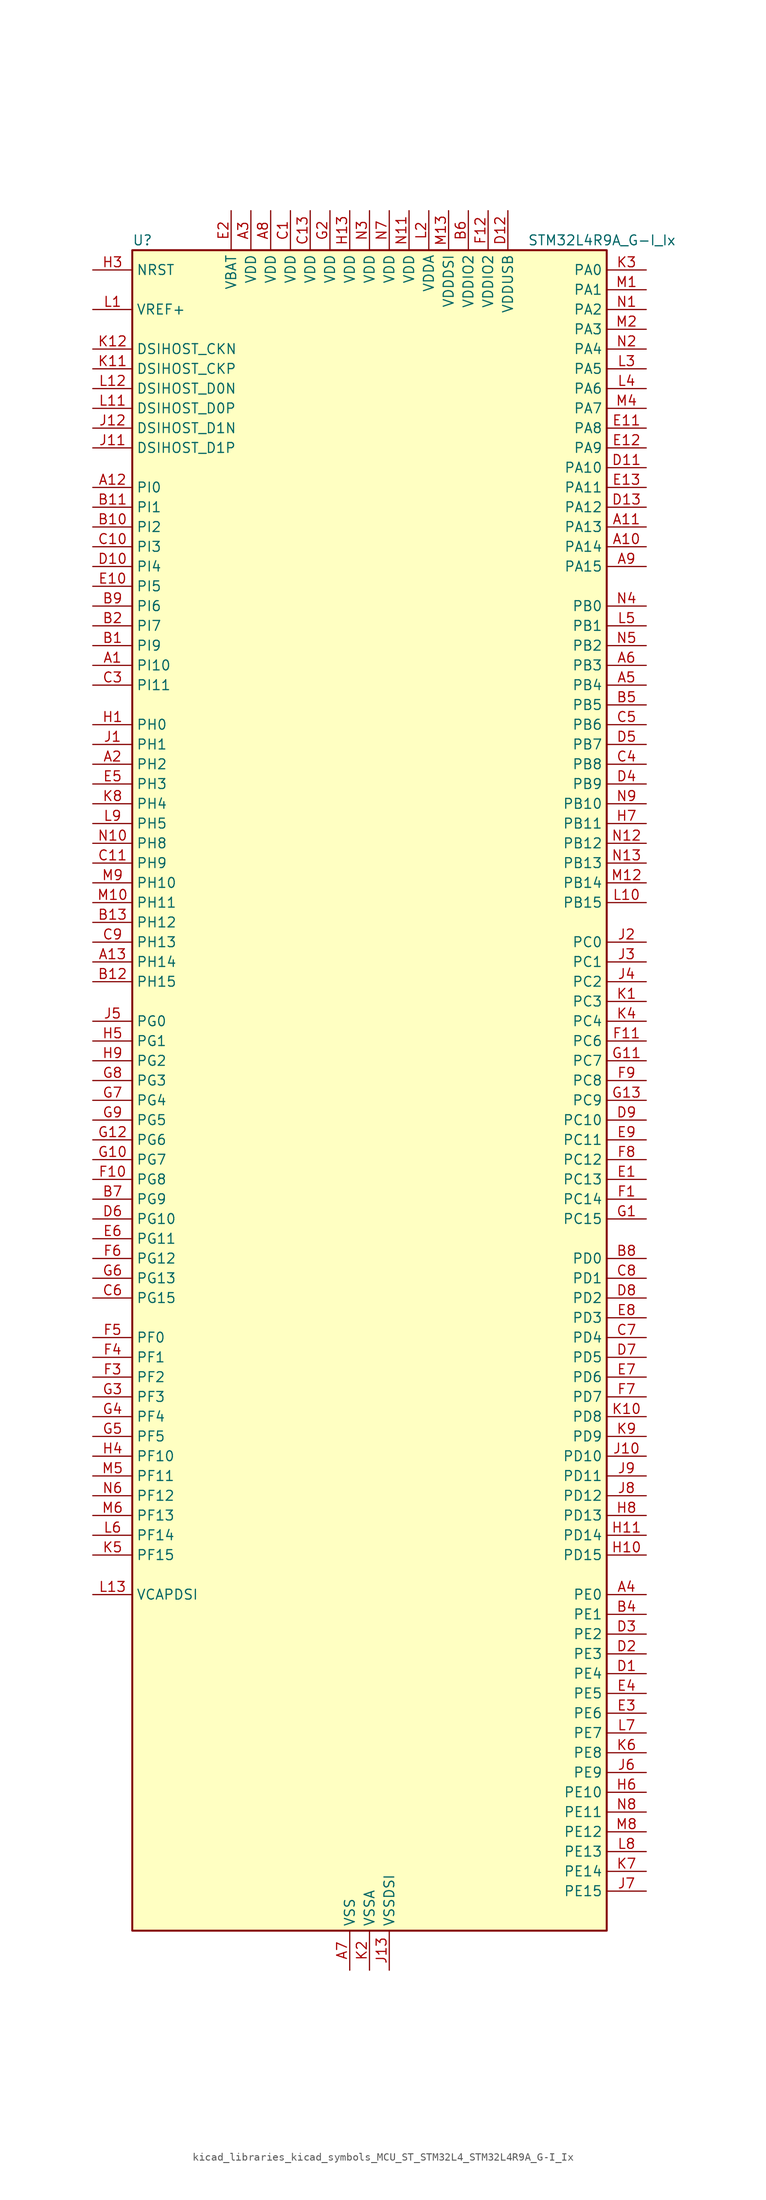
<source format=kicad_sym>
(kicad_symbol_lib
  (version 20220914)
  (generator kicad_symbol_editor)
  (symbol "kicad_libraries_kicad_symbols_MCU_ST_STM32L4_STM32L4R9A_G-I_Ix"
    (property "Reference" "U"
      (at -30.48 110.49 0)
      (effects (font (size 1.27 1.27)) (justify left)))
    (property "Value" "STM32L4R9A_G-I_Ix"
      (at 20.32 110.49 0)
      (effects (font (size 1.27 1.27)) (justify left)))
    (property "ki_locked" ""
      (at 0 0 0)
      (effects (font (size 1.27 1.27))))
    (symbol "kicad_libraries_kicad_symbols_MCU_ST_STM32L4_STM32L4R9A_G-I_Ix_0_1"
      (rectangle (start -30.48 -106.68) (end 30.48 109.22) (stroke (width 0.254) (type default)) (fill (type background))))
    (symbol "kicad_libraries_kicad_symbols_MCU_ST_STM32L4_STM32L4R9A_G-I_Ix_1_1"
      (pin bidirectional line (at -35.56 55.88 0) (length 5.08) (name "PI10" (effects (font (size 1.27 1.27)))) (number "A1" (effects (font (size 1.27 1.27)))) (alternate "OCTOSPIM_P2_IO1" bidirectional line))
      (pin bidirectional line (at 35.56 71.12 180) (length 5.08) (name "PA14" (effects (font (size 1.27 1.27)))) (number "A10" (effects (font (size 1.27 1.27)))) (alternate "I2C1_SMBA" bidirectional line) (alternate "I2C4_SMBA" bidirectional line) (alternate "LPTIM1_OUT" bidirectional line) (alternate "SAI1_FS_B" bidirectional line) (alternate "SYS_JTCK-SWCLK" bidirectional line) (alternate "USB_OTG_FS_SOF" bidirectional line))
      (pin bidirectional line (at 35.56 73.66 180) (length 5.08) (name "PA13" (effects (font (size 1.27 1.27)))) (number "A11" (effects (font (size 1.27 1.27)))) (alternate "IR_OUT" bidirectional line) (alternate "SAI1_SD_B" bidirectional line) (alternate "SYS_JTMS-SWDIO" bidirectional line) (alternate "USB_OTG_FS_NOE" bidirectional line))
      (pin bidirectional line (at -35.56 78.74 0) (length 5.08) (name "PI0" (effects (font (size 1.27 1.27)))) (number "A12" (effects (font (size 1.27 1.27)))) (alternate "DCMI_D13" bidirectional line) (alternate "OCTOSPIM_P1_IO5" bidirectional line) (alternate "SPI2_NSS" bidirectional line) (alternate "TIM5_CH4" bidirectional line))
      (pin bidirectional line (at -35.56 17.78 0) (length 5.08) (name "PH14" (effects (font (size 1.27 1.27)))) (number "A13" (effects (font (size 1.27 1.27)))) (alternate "DCMI_D4" bidirectional line) (alternate "TIM8_CH2N" bidirectional line))
      (pin bidirectional line (at -35.56 43.18 0) (length 5.08) (name "PH2" (effects (font (size 1.27 1.27)))) (number "A2" (effects (font (size 1.27 1.27)))) (alternate "OCTOSPIM_P1_IO4" bidirectional line))
      (pin power_in line (at -15.24 114.3 270) (length 5.08) (name "VDD" (effects (font (size 1.27 1.27)))) (number "A3" (effects (font (size 1.27 1.27)))))
      (pin bidirectional line (at 35.56 -63.5 180) (length 5.08) (name "PE0" (effects (font (size 1.27 1.27)))) (number "A4" (effects (font (size 1.27 1.27)))) (alternate "DCMI_D2" bidirectional line) (alternate "FMC_NBL0" bidirectional line) (alternate "LTDC_HSYNC" bidirectional line) (alternate "TIM16_CH1" bidirectional line) (alternate "TIM4_ETR" bidirectional line))
      (pin bidirectional line (at 35.56 53.34 180) (length 5.08) (name "PB4" (effects (font (size 1.27 1.27)))) (number "A5" (effects (font (size 1.27 1.27)))) (alternate "COMP2_INP" bidirectional line) (alternate "DCMI_D12" bidirectional line) (alternate "I2C3_SDA" bidirectional line) (alternate "SAI1_MCLK_B" bidirectional line) (alternate "SPI1_MISO" bidirectional line) (alternate "SPI3_MISO" bidirectional line) (alternate "SYS_JTRST" bidirectional line) (alternate "TIM17_BKIN" bidirectional line) (alternate "TIM3_CH1" bidirectional line) (alternate "TSC_G2_IO1" bidirectional line) (alternate "UART5_DE" bidirectional line) (alternate "UART5_RTS" bidirectional line) (alternate "USART1_CTS" bidirectional line) (alternate "USART1_NSS" bidirectional line))
      (pin bidirectional line (at 35.56 55.88 180) (length 5.08) (name "PB3" (effects (font (size 1.27 1.27)))) (number "A6" (effects (font (size 1.27 1.27)))) (alternate "COMP2_INM" bidirectional line) (alternate "CRS_SYNC" bidirectional line) (alternate "SAI1_SCK_B" bidirectional line) (alternate "SPI1_SCK" bidirectional line) (alternate "SPI3_SCK" bidirectional line) (alternate "SYS_JTDO-SWO" bidirectional line) (alternate "TIM2_CH2" bidirectional line) (alternate "USART1_DE" bidirectional line) (alternate "USART1_RTS" bidirectional line))
      (pin power_in line (at -2.54 -111.76 90) (length 5.08) (name "VSS" (effects (font (size 1.27 1.27)))) (number "A7" (effects (font (size 1.27 1.27)))))
      (pin power_in line (at -12.7 114.3 270) (length 5.08) (name "VDD" (effects (font (size 1.27 1.27)))) (number "A8" (effects (font (size 1.27 1.27)))))
      (pin bidirectional line (at 35.56 68.58 180) (length 5.08) (name "PA15" (effects (font (size 1.27 1.27)))) (number "A9" (effects (font (size 1.27 1.27)))) (alternate "ADC1_EXTI15" bidirectional line) (alternate "SAI2_FS_B" bidirectional line) (alternate "SPI1_NSS" bidirectional line) (alternate "SPI3_NSS" bidirectional line) (alternate "SYS_JTDI" bidirectional line) (alternate "TIM2_CH1" bidirectional line) (alternate "TIM2_ETR" bidirectional line) (alternate "TSC_G3_IO1" bidirectional line) (alternate "UART4_DE" bidirectional line) (alternate "UART4_RTS" bidirectional line) (alternate "USART2_RX" bidirectional line) (alternate "USART3_DE" bidirectional line) (alternate "USART3_RTS" bidirectional line))
      (pin bidirectional line (at -35.56 58.42 0) (length 5.08) (name "PI9" (effects (font (size 1.27 1.27)))) (number "B1" (effects (font (size 1.27 1.27)))) (alternate "CAN1_RX" bidirectional line) (alternate "DAC1_EXTI9" bidirectional line) (alternate "OCTOSPIM_P2_IO2" bidirectional line))
      (pin bidirectional line (at -35.56 73.66 0) (length 5.08) (name "PI2" (effects (font (size 1.27 1.27)))) (number "B10" (effects (font (size 1.27 1.27)))) (alternate "DCMI_D9" bidirectional line) (alternate "SPI2_MISO" bidirectional line) (alternate "TIM8_CH4" bidirectional line))
      (pin bidirectional line (at -35.56 76.2 0) (length 5.08) (name "PI1" (effects (font (size 1.27 1.27)))) (number "B11" (effects (font (size 1.27 1.27)))) (alternate "DCMI_D8" bidirectional line) (alternate "SPI2_SCK" bidirectional line))
      (pin bidirectional line (at -35.56 15.24 0) (length 5.08) (name "PH15" (effects (font (size 1.27 1.27)))) (number "B12" (effects (font (size 1.27 1.27)))) (alternate "ADC1_EXTI15" bidirectional line) (alternate "DCMI_D11" bidirectional line) (alternate "OCTOSPIM_P2_IO6" bidirectional line) (alternate "TIM8_CH3N" bidirectional line))
      (pin bidirectional line (at -35.56 22.86 0) (length 5.08) (name "PH12" (effects (font (size 1.27 1.27)))) (number "B13" (effects (font (size 1.27 1.27)))) (alternate "DCMI_D3" bidirectional line) (alternate "OCTOSPIM_P2_IO7" bidirectional line) (alternate "TIM5_CH3" bidirectional line))
      (pin bidirectional line (at -35.56 60.96 0) (length 5.08) (name "PI7" (effects (font (size 1.27 1.27)))) (number "B2" (effects (font (size 1.27 1.27)))) (alternate "DCMI_D7" bidirectional line) (alternate "TIM8_CH3" bidirectional line))
      (pin passive line (at -2.54 -111.76 90) (length 5.08) hide (name "VSS" (effects (font (size 1.27 1.27)))) (number "B3" (effects (font (size 1.27 1.27)))))
      (pin bidirectional line (at 35.56 -66.04 180) (length 5.08) (name "PE1" (effects (font (size 1.27 1.27)))) (number "B4" (effects (font (size 1.27 1.27)))) (alternate "DCMI_D3" bidirectional line) (alternate "FMC_NBL1" bidirectional line) (alternate "LTDC_VSYNC" bidirectional line) (alternate "TIM17_CH1" bidirectional line))
      (pin bidirectional line (at 35.56 50.8 180) (length 5.08) (name "PB5" (effects (font (size 1.27 1.27)))) (number "B5" (effects (font (size 1.27 1.27)))) (alternate "COMP2_OUT" bidirectional line) (alternate "DCMI_D10" bidirectional line) (alternate "I2C1_SMBA" bidirectional line) (alternate "LPTIM1_IN1" bidirectional line) (alternate "SAI1_SD_B" bidirectional line) (alternate "SPI1_MOSI" bidirectional line) (alternate "SPI3_MOSI" bidirectional line) (alternate "TIM16_BKIN" bidirectional line) (alternate "TIM3_CH2" bidirectional line) (alternate "TSC_G2_IO2" bidirectional line) (alternate "UART5_CTS" bidirectional line) (alternate "USART1_CK" bidirectional line))
      (pin power_in line (at 12.7 114.3 270) (length 5.08) (name "VDDIO2" (effects (font (size 1.27 1.27)))) (number "B6" (effects (font (size 1.27 1.27)))))
      (pin bidirectional line (at -35.56 -12.7 0) (length 5.08) (name "PG9" (effects (font (size 1.27 1.27)))) (number "B7" (effects (font (size 1.27 1.27)))) (alternate "DAC1_EXTI9" bidirectional line) (alternate "FMC_NCE" bidirectional line) (alternate "FMC_NE2" bidirectional line) (alternate "OCTOSPIM_P2_IO6" bidirectional line) (alternate "SAI2_SCK_A" bidirectional line) (alternate "SPI3_SCK" bidirectional line) (alternate "TIM15_CH1N" bidirectional line) (alternate "USART1_TX" bidirectional line))
      (pin bidirectional line (at 35.56 -20.32 180) (length 5.08) (name "PD0" (effects (font (size 1.27 1.27)))) (number "B8" (effects (font (size 1.27 1.27)))) (alternate "CAN1_RX" bidirectional line) (alternate "DFSDM1_DATIN7" bidirectional line) (alternate "FMC_D2" bidirectional line) (alternate "FMC_DA2" bidirectional line) (alternate "LTDC_B4" bidirectional line) (alternate "SPI2_NSS" bidirectional line))
      (pin bidirectional line (at -35.56 63.5 0) (length 5.08) (name "PI6" (effects (font (size 1.27 1.27)))) (number "B9" (effects (font (size 1.27 1.27)))) (alternate "DCMI_D6" bidirectional line) (alternate "OCTOSPIM_P2_CLK" bidirectional line) (alternate "TIM8_CH2" bidirectional line))
      (pin power_in line (at -10.16 114.3 270) (length 5.08) (name "VDD" (effects (font (size 1.27 1.27)))) (number "C1" (effects (font (size 1.27 1.27)))))
      (pin bidirectional line (at -35.56 71.12 0) (length 5.08) (name "PI3" (effects (font (size 1.27 1.27)))) (number "C10" (effects (font (size 1.27 1.27)))) (alternate "DCMI_D10" bidirectional line) (alternate "SPI2_MOSI" bidirectional line) (alternate "TIM8_ETR" bidirectional line))
      (pin bidirectional line (at -35.56 30.48 0) (length 5.08) (name "PH9" (effects (font (size 1.27 1.27)))) (number "C11" (effects (font (size 1.27 1.27)))) (alternate "DAC1_EXTI9" bidirectional line) (alternate "DCMI_D0" bidirectional line) (alternate "I2C3_SMBA" bidirectional line) (alternate "OCTOSPIM_P2_IO4" bidirectional line))
      (pin passive line (at -2.54 -111.76 90) (length 5.08) hide (name "VSS" (effects (font (size 1.27 1.27)))) (number "C12" (effects (font (size 1.27 1.27)))))
      (pin power_in line (at -7.62 114.3 270) (length 5.08) (name "VDD" (effects (font (size 1.27 1.27)))) (number "C13" (effects (font (size 1.27 1.27)))))
      (pin passive line (at -2.54 -111.76 90) (length 5.08) hide (name "VSS" (effects (font (size 1.27 1.27)))) (number "C2" (effects (font (size 1.27 1.27)))))
      (pin bidirectional line (at -35.56 53.34 0) (length 5.08) (name "PI11" (effects (font (size 1.27 1.27)))) (number "C3" (effects (font (size 1.27 1.27)))) (alternate "ADC1_EXTI11" bidirectional line) (alternate "OCTOSPIM_P2_IO0" bidirectional line))
      (pin bidirectional line (at 35.56 43.18 180) (length 5.08) (name "PB8" (effects (font (size 1.27 1.27)))) (number "C4" (effects (font (size 1.27 1.27)))) (alternate "CAN1_RX" bidirectional line) (alternate "DCMI_D6" bidirectional line) (alternate "DFSDM1_CKOUT" bidirectional line) (alternate "DFSDM1_DATIN6" bidirectional line) (alternate "I2C1_SCL" bidirectional line) (alternate "LTDC_B1" bidirectional line) (alternate "SAI1_CK1" bidirectional line) (alternate "SAI1_MCLK_A" bidirectional line) (alternate "SDMMC1_CKIN" bidirectional line) (alternate "SDMMC1_D4" bidirectional line) (alternate "TIM16_CH1" bidirectional line) (alternate "TIM4_CH3" bidirectional line))
      (pin bidirectional line (at 35.56 48.26 180) (length 5.08) (name "PB6" (effects (font (size 1.27 1.27)))) (number "C5" (effects (font (size 1.27 1.27)))) (alternate "COMP2_INP" bidirectional line) (alternate "DCMI_D5" bidirectional line) (alternate "DFSDM1_DATIN5" bidirectional line) (alternate "I2C1_SCL" bidirectional line) (alternate "I2C4_SCL" bidirectional line) (alternate "LPTIM1_ETR" bidirectional line) (alternate "SAI1_FS_B" bidirectional line) (alternate "TIM16_CH1N" bidirectional line) (alternate "TIM4_CH1" bidirectional line) (alternate "TIM8_BKIN2" bidirectional line) (alternate "TSC_G2_IO3" bidirectional line) (alternate "USART1_TX" bidirectional line))
      (pin bidirectional line (at -35.56 -25.4 0) (length 5.08) (name "PG15" (effects (font (size 1.27 1.27)))) (number "C6" (effects (font (size 1.27 1.27)))) (alternate "ADC1_EXTI15" bidirectional line) (alternate "DCMI_D13" bidirectional line) (alternate "I2C1_SMBA" bidirectional line) (alternate "LPTIM1_OUT" bidirectional line) (alternate "OCTOSPIM_P2_DQS" bidirectional line))
      (pin bidirectional line (at 35.56 -30.48 180) (length 5.08) (name "PD4" (effects (font (size 1.27 1.27)))) (number "C7" (effects (font (size 1.27 1.27)))) (alternate "DFSDM1_CKIN0" bidirectional line) (alternate "FMC_NOE" bidirectional line) (alternate "OCTOSPIM_P1_IO4" bidirectional line) (alternate "SPI2_MOSI" bidirectional line) (alternate "USART2_DE" bidirectional line) (alternate "USART2_RTS" bidirectional line))
      (pin bidirectional line (at 35.56 -22.86 180) (length 5.08) (name "PD1" (effects (font (size 1.27 1.27)))) (number "C8" (effects (font (size 1.27 1.27)))) (alternate "CAN1_TX" bidirectional line) (alternate "DFSDM1_CKIN7" bidirectional line) (alternate "FMC_D3" bidirectional line) (alternate "FMC_DA3" bidirectional line) (alternate "LTDC_B5" bidirectional line) (alternate "SPI2_SCK" bidirectional line))
      (pin bidirectional line (at -35.56 20.32 0) (length 5.08) (name "PH13" (effects (font (size 1.27 1.27)))) (number "C9" (effects (font (size 1.27 1.27)))) (alternate "CAN1_TX" bidirectional line) (alternate "TIM8_CH1N" bidirectional line))
      (pin bidirectional line (at 35.56 -73.66 180) (length 5.08) (name "PE4" (effects (font (size 1.27 1.27)))) (number "D1" (effects (font (size 1.27 1.27)))) (alternate "DCMI_D4" bidirectional line) (alternate "DFSDM1_DATIN3" bidirectional line) (alternate "FMC_A20" bidirectional line) (alternate "LTDC_B0" bidirectional line) (alternate "SAI1_D2" bidirectional line) (alternate "SAI1_FS_A" bidirectional line) (alternate "SYS_TRACED1" bidirectional line) (alternate "TIM3_CH2" bidirectional line) (alternate "TSC_G7_IO3" bidirectional line))
      (pin bidirectional line (at -35.56 68.58 0) (length 5.08) (name "PI4" (effects (font (size 1.27 1.27)))) (number "D10" (effects (font (size 1.27 1.27)))) (alternate "DCMI_D5" bidirectional line) (alternate "TIM8_BKIN" bidirectional line))
      (pin bidirectional line (at 35.56 81.28 180) (length 5.08) (name "PA10" (effects (font (size 1.27 1.27)))) (number "D11" (effects (font (size 1.27 1.27)))) (alternate "DCMI_D1" bidirectional line) (alternate "SAI1_D1" bidirectional line) (alternate "SAI1_SD_A" bidirectional line) (alternate "TIM17_BKIN" bidirectional line) (alternate "TIM1_CH3" bidirectional line) (alternate "USART1_RX" bidirectional line) (alternate "USB_OTG_FS_ID" bidirectional line))
      (pin power_in line (at 17.78 114.3 270) (length 5.08) (name "VDDUSB" (effects (font (size 1.27 1.27)))) (number "D12" (effects (font (size 1.27 1.27)))))
      (pin bidirectional line (at 35.56 76.2 180) (length 5.08) (name "PA12" (effects (font (size 1.27 1.27)))) (number "D13" (effects (font (size 1.27 1.27)))) (alternate "CAN1_TX" bidirectional line) (alternate "SPI1_MOSI" bidirectional line) (alternate "TIM1_ETR" bidirectional line) (alternate "USART1_DE" bidirectional line) (alternate "USART1_RTS" bidirectional line) (alternate "USB_OTG_FS_DP" bidirectional line))
      (pin bidirectional line (at 35.56 -71.12 180) (length 5.08) (name "PE3" (effects (font (size 1.27 1.27)))) (number "D2" (effects (font (size 1.27 1.27)))) (alternate "FMC_A19" bidirectional line) (alternate "LTDC_R1" bidirectional line) (alternate "OCTOSPIM_P1_DQS" bidirectional line) (alternate "SAI1_SD_B" bidirectional line) (alternate "SYS_TRACED0" bidirectional line) (alternate "TIM3_CH1" bidirectional line) (alternate "TSC_G7_IO2" bidirectional line))
      (pin bidirectional line (at 35.56 -68.58 180) (length 5.08) (name "PE2" (effects (font (size 1.27 1.27)))) (number "D3" (effects (font (size 1.27 1.27)))) (alternate "FMC_A23" bidirectional line) (alternate "LTDC_R0" bidirectional line) (alternate "SAI1_CK1" bidirectional line) (alternate "SAI1_MCLK_A" bidirectional line) (alternate "SYS_TRACECLK" bidirectional line) (alternate "TIM3_ETR" bidirectional line) (alternate "TSC_G7_IO1" bidirectional line))
      (pin bidirectional line (at 35.56 40.64 180) (length 5.08) (name "PB9" (effects (font (size 1.27 1.27)))) (number "D4" (effects (font (size 1.27 1.27)))) (alternate "CAN1_TX" bidirectional line) (alternate "DAC1_EXTI9" bidirectional line) (alternate "DCMI_D7" bidirectional line) (alternate "DFSDM1_CKIN6" bidirectional line) (alternate "I2C1_SDA" bidirectional line) (alternate "IR_OUT" bidirectional line) (alternate "SAI1_D2" bidirectional line) (alternate "SAI1_FS_A" bidirectional line) (alternate "SDMMC1_CDIR" bidirectional line) (alternate "SDMMC1_D5" bidirectional line) (alternate "SPI2_NSS" bidirectional line) (alternate "TIM17_CH1" bidirectional line) (alternate "TIM4_CH4" bidirectional line))
      (pin bidirectional line (at 35.56 45.72 180) (length 5.08) (name "PB7" (effects (font (size 1.27 1.27)))) (number "D5" (effects (font (size 1.27 1.27)))) (alternate "COMP2_INM" bidirectional line) (alternate "DCMI_VSYNC" bidirectional line) (alternate "DFSDM1_CKIN5" bidirectional line) (alternate "DSIHOST_TE" bidirectional line) (alternate "FMC_NL" bidirectional line) (alternate "I2C1_SDA" bidirectional line) (alternate "I2C4_SDA" bidirectional line) (alternate "LPTIM1_IN2" bidirectional line) (alternate "SYS_PVD_IN" bidirectional line) (alternate "TIM17_CH1N" bidirectional line) (alternate "TIM4_CH2" bidirectional line) (alternate "TIM8_BKIN" bidirectional line) (alternate "TSC_G2_IO4" bidirectional line) (alternate "UART4_CTS" bidirectional line) (alternate "USART1_RX" bidirectional line))
      (pin bidirectional line (at -35.56 -15.24 0) (length 5.08) (name "PG10" (effects (font (size 1.27 1.27)))) (number "D6" (effects (font (size 1.27 1.27)))) (alternate "FMC_NE3" bidirectional line) (alternate "LPTIM1_IN1" bidirectional line) (alternate "OCTOSPIM_P2_IO7" bidirectional line) (alternate "SAI2_FS_A" bidirectional line) (alternate "SPI3_MISO" bidirectional line) (alternate "TIM15_CH1" bidirectional line) (alternate "USART1_RX" bidirectional line))
      (pin bidirectional line (at 35.56 -33.02 180) (length 5.08) (name "PD5" (effects (font (size 1.27 1.27)))) (number "D7" (effects (font (size 1.27 1.27)))) (alternate "FMC_NWE" bidirectional line) (alternate "OCTOSPIM_P1_IO5" bidirectional line) (alternate "USART2_TX" bidirectional line))
      (pin bidirectional line (at 35.56 -25.4 180) (length 5.08) (name "PD2" (effects (font (size 1.27 1.27)))) (number "D8" (effects (font (size 1.27 1.27)))) (alternate "DCMI_D11" bidirectional line) (alternate "SDMMC1_CMD" bidirectional line) (alternate "SYS_TRACED2" bidirectional line) (alternate "TIM3_ETR" bidirectional line) (alternate "TSC_SYNC" bidirectional line) (alternate "UART5_RX" bidirectional line) (alternate "USART3_DE" bidirectional line) (alternate "USART3_RTS" bidirectional line))
      (pin bidirectional line (at 35.56 -2.54 180) (length 5.08) (name "PC10" (effects (font (size 1.27 1.27)))) (number "D9" (effects (font (size 1.27 1.27)))) (alternate "DCMI_D8" bidirectional line) (alternate "SAI2_SCK_B" bidirectional line) (alternate "SDMMC1_D2" bidirectional line) (alternate "SPI3_SCK" bidirectional line) (alternate "SYS_TRACED1" bidirectional line) (alternate "TSC_G3_IO2" bidirectional line) (alternate "UART4_TX" bidirectional line) (alternate "USART3_TX" bidirectional line))
      (pin bidirectional line (at 35.56 -10.16 180) (length 5.08) (name "PC13" (effects (font (size 1.27 1.27)))) (number "E1" (effects (font (size 1.27 1.27)))) (alternate "RTC_OUT_ALARM" bidirectional line) (alternate "RTC_OUT_CALIB" bidirectional line) (alternate "RTC_TAMP1" bidirectional line) (alternate "RTC_TS" bidirectional line) (alternate "SYS_WKUP2" bidirectional line))
      (pin bidirectional line (at -35.56 66.04 0) (length 5.08) (name "PI5" (effects (font (size 1.27 1.27)))) (number "E10" (effects (font (size 1.27 1.27)))) (alternate "DCMI_VSYNC" bidirectional line) (alternate "OCTOSPIM_P2_NCS" bidirectional line) (alternate "TIM8_CH1" bidirectional line))
      (pin bidirectional line (at 35.56 86.36 180) (length 5.08) (name "PA8" (effects (font (size 1.27 1.27)))) (number "E11" (effects (font (size 1.27 1.27)))) (alternate "LPTIM2_OUT" bidirectional line) (alternate "RCC_MCO" bidirectional line) (alternate "SAI1_CK2" bidirectional line) (alternate "SAI1_SCK_A" bidirectional line) (alternate "TIM1_CH1" bidirectional line) (alternate "USART1_CK" bidirectional line) (alternate "USB_OTG_FS_SOF" bidirectional line))
      (pin bidirectional line (at 35.56 83.82 180) (length 5.08) (name "PA9" (effects (font (size 1.27 1.27)))) (number "E12" (effects (font (size 1.27 1.27)))) (alternate "DAC1_EXTI9" bidirectional line) (alternate "DCMI_D0" bidirectional line) (alternate "SAI1_FS_A" bidirectional line) (alternate "SPI2_SCK" bidirectional line) (alternate "TIM15_BKIN" bidirectional line) (alternate "TIM1_CH2" bidirectional line) (alternate "USART1_TX" bidirectional line) (alternate "USB_OTG_FS_VBUS" bidirectional line))
      (pin bidirectional line (at 35.56 78.74 180) (length 5.08) (name "PA11" (effects (font (size 1.27 1.27)))) (number "E13" (effects (font (size 1.27 1.27)))) (alternate "ADC1_EXTI11" bidirectional line) (alternate "CAN1_RX" bidirectional line) (alternate "SPI1_MISO" bidirectional line) (alternate "TIM1_BKIN2" bidirectional line) (alternate "TIM1_CH4" bidirectional line) (alternate "USART1_CTS" bidirectional line) (alternate "USART1_NSS" bidirectional line) (alternate "USB_OTG_FS_DM" bidirectional line))
      (pin power_in line (at -17.78 114.3 270) (length 5.08) (name "VBAT" (effects (font (size 1.27 1.27)))) (number "E2" (effects (font (size 1.27 1.27)))))
      (pin bidirectional line (at 35.56 -78.74 180) (length 5.08) (name "PE6" (effects (font (size 1.27 1.27)))) (number "E3" (effects (font (size 1.27 1.27)))) (alternate "DCMI_D7" bidirectional line) (alternate "FMC_A22" bidirectional line) (alternate "LTDC_G1" bidirectional line) (alternate "RTC_TAMP3" bidirectional line) (alternate "SAI1_D1" bidirectional line) (alternate "SAI1_SD_A" bidirectional line) (alternate "SYS_TRACED3" bidirectional line) (alternate "SYS_WKUP3" bidirectional line) (alternate "TIM3_CH4" bidirectional line))
      (pin bidirectional line (at 35.56 -76.2 180) (length 5.08) (name "PE5" (effects (font (size 1.27 1.27)))) (number "E4" (effects (font (size 1.27 1.27)))) (alternate "DCMI_D6" bidirectional line) (alternate "DFSDM1_CKIN3" bidirectional line) (alternate "FMC_A21" bidirectional line) (alternate "LTDC_G0" bidirectional line) (alternate "SAI1_CK2" bidirectional line) (alternate "SAI1_SCK_A" bidirectional line) (alternate "SYS_TRACED2" bidirectional line) (alternate "TIM3_CH3" bidirectional line) (alternate "TSC_G7_IO4" bidirectional line))
      (pin bidirectional line (at -35.56 40.64 0) (length 5.08) (name "PH3" (effects (font (size 1.27 1.27)))) (number "E5" (effects (font (size 1.27 1.27)))))
      (pin bidirectional line (at -35.56 -17.78 0) (length 5.08) (name "PG11" (effects (font (size 1.27 1.27)))) (number "E6" (effects (font (size 1.27 1.27)))) (alternate "ADC1_EXTI11" bidirectional line) (alternate "LPTIM1_IN2" bidirectional line) (alternate "OCTOSPIM_P1_IO5" bidirectional line) (alternate "SAI2_MCLK_A" bidirectional line) (alternate "SPI3_MOSI" bidirectional line) (alternate "TIM15_CH2" bidirectional line) (alternate "USART1_CTS" bidirectional line) (alternate "USART1_NSS" bidirectional line))
      (pin bidirectional line (at 35.56 -35.56 180) (length 5.08) (name "PD6" (effects (font (size 1.27 1.27)))) (number "E7" (effects (font (size 1.27 1.27)))) (alternate "DCMI_D10" bidirectional line) (alternate "DFSDM1_DATIN1" bidirectional line) (alternate "FMC_NWAIT" bidirectional line) (alternate "LTDC_DE" bidirectional line) (alternate "OCTOSPIM_P1_IO6" bidirectional line) (alternate "SAI1_D1" bidirectional line) (alternate "SAI1_SD_A" bidirectional line) (alternate "SPI3_MOSI" bidirectional line) (alternate "USART2_RX" bidirectional line))
      (pin bidirectional line (at 35.56 -27.94 180) (length 5.08) (name "PD3" (effects (font (size 1.27 1.27)))) (number "E8" (effects (font (size 1.27 1.27)))) (alternate "DCMI_D5" bidirectional line) (alternate "DFSDM1_DATIN0" bidirectional line) (alternate "FMC_CLK" bidirectional line) (alternate "LTDC_CLK" bidirectional line) (alternate "OCTOSPIM_P2_NCS" bidirectional line) (alternate "SPI2_MISO" bidirectional line) (alternate "SPI2_SCK" bidirectional line) (alternate "USART2_CTS" bidirectional line) (alternate "USART2_NSS" bidirectional line))
      (pin bidirectional line (at 35.56 -5.08 180) (length 5.08) (name "PC11" (effects (font (size 1.27 1.27)))) (number "E9" (effects (font (size 1.27 1.27)))) (alternate "ADC1_EXTI11" bidirectional line) (alternate "DCMI_D2" bidirectional line) (alternate "DCMI_D4" bidirectional line) (alternate "OCTOSPIM_P1_NCS" bidirectional line) (alternate "SAI2_MCLK_B" bidirectional line) (alternate "SDMMC1_D3" bidirectional line) (alternate "SPI3_MISO" bidirectional line) (alternate "TSC_G3_IO3" bidirectional line) (alternate "UART4_RX" bidirectional line) (alternate "USART3_RX" bidirectional line))
      (pin bidirectional line (at 35.56 -12.7 180) (length 5.08) (name "PC14" (effects (font (size 1.27 1.27)))) (number "F1" (effects (font (size 1.27 1.27)))) (alternate "RCC_OSC32_IN" bidirectional line))
      (pin bidirectional line (at -35.56 -10.16 0) (length 5.08) (name "PG8" (effects (font (size 1.27 1.27)))) (number "F10" (effects (font (size 1.27 1.27)))) (alternate "I2C3_SDA" bidirectional line) (alternate "LPUART1_RX" bidirectional line))
      (pin bidirectional line (at 35.56 7.62 180) (length 5.08) (name "PC6" (effects (font (size 1.27 1.27)))) (number "F11" (effects (font (size 1.27 1.27)))) (alternate "DCMI_D0" bidirectional line) (alternate "DFSDM1_CKIN3" bidirectional line) (alternate "LTDC_R0" bidirectional line) (alternate "SAI2_MCLK_A" bidirectional line) (alternate "SDMMC1_D0DIR" bidirectional line) (alternate "SDMMC1_D6" bidirectional line) (alternate "TIM3_CH1" bidirectional line) (alternate "TIM8_CH1" bidirectional line) (alternate "TSC_G4_IO1" bidirectional line))
      (pin power_in line (at 15.24 114.3 270) (length 5.08) (name "VDDIO2" (effects (font (size 1.27 1.27)))) (number "F12" (effects (font (size 1.27 1.27)))))
      (pin passive line (at -2.54 -111.76 90) (length 5.08) hide (name "VSS" (effects (font (size 1.27 1.27)))) (number "F13" (effects (font (size 1.27 1.27)))))
      (pin passive line (at -2.54 -111.76 90) (length 5.08) hide (name "VSS" (effects (font (size 1.27 1.27)))) (number "F2" (effects (font (size 1.27 1.27)))))
      (pin bidirectional line (at -35.56 -35.56 0) (length 5.08) (name "PF2" (effects (font (size 1.27 1.27)))) (number "F3" (effects (font (size 1.27 1.27)))) (alternate "FMC_A2" bidirectional line) (alternate "I2C2_SMBA" bidirectional line) (alternate "OCTOSPIM_P2_IO2" bidirectional line))
      (pin bidirectional line (at -35.56 -33.02 0) (length 5.08) (name "PF1" (effects (font (size 1.27 1.27)))) (number "F4" (effects (font (size 1.27 1.27)))) (alternate "FMC_A1" bidirectional line) (alternate "I2C2_SCL" bidirectional line) (alternate "OCTOSPIM_P2_IO1" bidirectional line))
      (pin bidirectional line (at -35.56 -30.48 0) (length 5.08) (name "PF0" (effects (font (size 1.27 1.27)))) (number "F5" (effects (font (size 1.27 1.27)))) (alternate "FMC_A0" bidirectional line) (alternate "I2C2_SDA" bidirectional line) (alternate "OCTOSPIM_P2_IO0" bidirectional line))
      (pin bidirectional line (at -35.56 -20.32 0) (length 5.08) (name "PG12" (effects (font (size 1.27 1.27)))) (number "F6" (effects (font (size 1.27 1.27)))) (alternate "FMC_NE4" bidirectional line) (alternate "LPTIM1_ETR" bidirectional line) (alternate "OCTOSPIM_P2_NCS" bidirectional line) (alternate "SAI2_SD_A" bidirectional line) (alternate "SPI3_NSS" bidirectional line) (alternate "USART1_DE" bidirectional line) (alternate "USART1_RTS" bidirectional line))
      (pin bidirectional line (at 35.56 -38.1 180) (length 5.08) (name "PD7" (effects (font (size 1.27 1.27)))) (number "F7" (effects (font (size 1.27 1.27)))) (alternate "DFSDM1_CKIN1" bidirectional line) (alternate "FMC_NCE" bidirectional line) (alternate "FMC_NE1" bidirectional line) (alternate "OCTOSPIM_P1_IO7" bidirectional line) (alternate "USART2_CK" bidirectional line))
      (pin bidirectional line (at 35.56 -7.62 180) (length 5.08) (name "PC12" (effects (font (size 1.27 1.27)))) (number "F8" (effects (font (size 1.27 1.27)))) (alternate "DCMI_D9" bidirectional line) (alternate "SAI2_SD_B" bidirectional line) (alternate "SDMMC1_CK" bidirectional line) (alternate "SPI3_MOSI" bidirectional line) (alternate "SYS_TRACED3" bidirectional line) (alternate "TSC_G3_IO4" bidirectional line) (alternate "UART5_TX" bidirectional line) (alternate "USART3_CK" bidirectional line))
      (pin bidirectional line (at 35.56 2.54 180) (length 5.08) (name "PC8" (effects (font (size 1.27 1.27)))) (number "F9" (effects (font (size 1.27 1.27)))) (alternate "DCMI_D2" bidirectional line) (alternate "SDMMC1_D0" bidirectional line) (alternate "TIM3_CH3" bidirectional line) (alternate "TIM8_CH3" bidirectional line) (alternate "TSC_G4_IO3" bidirectional line))
      (pin bidirectional line (at 35.56 -15.24 180) (length 5.08) (name "PC15" (effects (font (size 1.27 1.27)))) (number "G1" (effects (font (size 1.27 1.27)))) (alternate "ADC1_EXTI15" bidirectional line) (alternate "RCC_OSC32_OUT" bidirectional line))
      (pin bidirectional line (at -35.56 -7.62 0) (length 5.08) (name "PG7" (effects (font (size 1.27 1.27)))) (number "G10" (effects (font (size 1.27 1.27)))) (alternate "DFSDM1_CKOUT" bidirectional line) (alternate "FMC_INT" bidirectional line) (alternate "I2C3_SCL" bidirectional line) (alternate "LPUART1_TX" bidirectional line) (alternate "OCTOSPIM_P2_DQS" bidirectional line) (alternate "SAI1_CK1" bidirectional line) (alternate "SAI1_MCLK_A" bidirectional line))
      (pin bidirectional line (at 35.56 5.08 180) (length 5.08) (name "PC7" (effects (font (size 1.27 1.27)))) (number "G11" (effects (font (size 1.27 1.27)))) (alternate "DCMI_D1" bidirectional line) (alternate "DFSDM1_DATIN3" bidirectional line) (alternate "LTDC_R1" bidirectional line) (alternate "SAI2_MCLK_B" bidirectional line) (alternate "SDMMC1_D123DIR" bidirectional line) (alternate "SDMMC1_D7" bidirectional line) (alternate "TIM3_CH2" bidirectional line) (alternate "TIM8_CH2" bidirectional line) (alternate "TSC_G4_IO2" bidirectional line))
      (pin bidirectional line (at -35.56 -5.08 0) (length 5.08) (name "PG6" (effects (font (size 1.27 1.27)))) (number "G12" (effects (font (size 1.27 1.27)))) (alternate "DSIHOST_TE" bidirectional line) (alternate "I2C3_SMBA" bidirectional line) (alternate "LPUART1_DE" bidirectional line) (alternate "LPUART1_RTS" bidirectional line) (alternate "LTDC_R1" bidirectional line) (alternate "OCTOSPIM_P1_DQS" bidirectional line))
      (pin bidirectional line (at 35.56 0 180) (length 5.08) (name "PC9" (effects (font (size 1.27 1.27)))) (number "G13" (effects (font (size 1.27 1.27)))) (alternate "DAC1_EXTI9" bidirectional line) (alternate "DCMI_D3" bidirectional line) (alternate "I2C3_SDA" bidirectional line) (alternate "SAI2_EXTCLK" bidirectional line) (alternate "SDMMC1_D1" bidirectional line) (alternate "SYS_TRACED0" bidirectional line) (alternate "TIM3_CH4" bidirectional line) (alternate "TIM8_BKIN2" bidirectional line) (alternate "TIM8_CH4" bidirectional line) (alternate "TSC_G4_IO4" bidirectional line) (alternate "USB_OTG_FS_NOE" bidirectional line))
      (pin power_in line (at -5.08 114.3 270) (length 5.08) (name "VDD" (effects (font (size 1.27 1.27)))) (number "G2" (effects (font (size 1.27 1.27)))))
      (pin bidirectional line (at -35.56 -38.1 0) (length 5.08) (name "PF3" (effects (font (size 1.27 1.27)))) (number "G3" (effects (font (size 1.27 1.27)))) (alternate "FMC_A3" bidirectional line) (alternate "OCTOSPIM_P2_IO3" bidirectional line))
      (pin bidirectional line (at -35.56 -40.64 0) (length 5.08) (name "PF4" (effects (font (size 1.27 1.27)))) (number "G4" (effects (font (size 1.27 1.27)))) (alternate "FMC_A4" bidirectional line) (alternate "OCTOSPIM_P2_CLK" bidirectional line))
      (pin bidirectional line (at -35.56 -43.18 0) (length 5.08) (name "PF5" (effects (font (size 1.27 1.27)))) (number "G5" (effects (font (size 1.27 1.27)))) (alternate "FMC_A5" bidirectional line))
      (pin bidirectional line (at -35.56 -22.86 0) (length 5.08) (name "PG13" (effects (font (size 1.27 1.27)))) (number "G6" (effects (font (size 1.27 1.27)))) (alternate "FMC_A24" bidirectional line) (alternate "I2C1_SDA" bidirectional line) (alternate "LTDC_R0" bidirectional line) (alternate "USART1_CK" bidirectional line))
      (pin bidirectional line (at -35.56 0 0) (length 5.08) (name "PG4" (effects (font (size 1.27 1.27)))) (number "G7" (effects (font (size 1.27 1.27)))) (alternate "FMC_A14" bidirectional line) (alternate "SAI2_MCLK_B" bidirectional line) (alternate "SPI1_MOSI" bidirectional line))
      (pin bidirectional line (at -35.56 2.54 0) (length 5.08) (name "PG3" (effects (font (size 1.27 1.27)))) (number "G8" (effects (font (size 1.27 1.27)))) (alternate "FMC_A13" bidirectional line) (alternate "SAI2_FS_B" bidirectional line) (alternate "SPI1_MISO" bidirectional line))
      (pin bidirectional line (at -35.56 -2.54 0) (length 5.08) (name "PG5" (effects (font (size 1.27 1.27)))) (number "G9" (effects (font (size 1.27 1.27)))) (alternate "FMC_A15" bidirectional line) (alternate "LPUART1_CTS" bidirectional line) (alternate "SAI2_SD_B" bidirectional line) (alternate "SPI1_NSS" bidirectional line))
      (pin bidirectional line (at -35.56 48.26 0) (length 5.08) (name "PH0" (effects (font (size 1.27 1.27)))) (number "H1" (effects (font (size 1.27 1.27)))) (alternate "RCC_OSC_IN" bidirectional line))
      (pin bidirectional line (at 35.56 -58.42 180) (length 5.08) (name "PD15" (effects (font (size 1.27 1.27)))) (number "H10" (effects (font (size 1.27 1.27)))) (alternate "ADC1_EXTI15" bidirectional line) (alternate "FMC_D1" bidirectional line) (alternate "FMC_DA1" bidirectional line) (alternate "LTDC_B3" bidirectional line) (alternate "TIM4_CH4" bidirectional line))
      (pin bidirectional line (at 35.56 -55.88 180) (length 5.08) (name "PD14" (effects (font (size 1.27 1.27)))) (number "H11" (effects (font (size 1.27 1.27)))) (alternate "FMC_D0" bidirectional line) (alternate "FMC_DA0" bidirectional line) (alternate "LTDC_B2" bidirectional line) (alternate "TIM4_CH3" bidirectional line))
      (pin passive line (at -2.54 -111.76 90) (length 5.08) hide (name "VSS" (effects (font (size 1.27 1.27)))) (number "H12" (effects (font (size 1.27 1.27)))))
      (pin power_in line (at -2.54 114.3 270) (length 5.08) (name "VDD" (effects (font (size 1.27 1.27)))) (number "H13" (effects (font (size 1.27 1.27)))))
      (pin passive line (at -2.54 -111.76 90) (length 5.08) hide (name "VSS" (effects (font (size 1.27 1.27)))) (number "H2" (effects (font (size 1.27 1.27)))))
      (pin input line (at -35.56 106.68 0) (length 5.08) (name "NRST" (effects (font (size 1.27 1.27)))) (number "H3" (effects (font (size 1.27 1.27)))))
      (pin bidirectional line (at -35.56 -45.72 0) (length 5.08) (name "PF10" (effects (font (size 1.27 1.27)))) (number "H4" (effects (font (size 1.27 1.27)))) (alternate "DCMI_D11" bidirectional line) (alternate "DFSDM1_CKOUT" bidirectional line) (alternate "OCTOSPIM_P1_CLK" bidirectional line) (alternate "SAI1_D3" bidirectional line) (alternate "TIM15_CH2" bidirectional line))
      (pin bidirectional line (at -35.56 7.62 0) (length 5.08) (name "PG1" (effects (font (size 1.27 1.27)))) (number "H5" (effects (font (size 1.27 1.27)))) (alternate "FMC_A11" bidirectional line) (alternate "OCTOSPIM_P2_IO5" bidirectional line) (alternate "TSC_G8_IO4" bidirectional line))
      (pin bidirectional line (at 35.56 -88.9 180) (length 5.08) (name "PE10" (effects (font (size 1.27 1.27)))) (number "H6" (effects (font (size 1.27 1.27)))) (alternate "DFSDM1_DATIN4" bidirectional line) (alternate "FMC_D7" bidirectional line) (alternate "FMC_DA7" bidirectional line) (alternate "LTDC_G3" bidirectional line) (alternate "OCTOSPIM_P1_CLK" bidirectional line) (alternate "SAI1_MCLK_B" bidirectional line) (alternate "TIM1_CH2N" bidirectional line) (alternate "TSC_G5_IO1" bidirectional line))
      (pin bidirectional line (at 35.56 35.56 180) (length 5.08) (name "PB11" (effects (font (size 1.27 1.27)))) (number "H7" (effects (font (size 1.27 1.27)))) (alternate "ADC1_EXTI11" bidirectional line) (alternate "COMP2_OUT" bidirectional line) (alternate "DFSDM1_CKIN7" bidirectional line) (alternate "DSIHOST_TE" bidirectional line) (alternate "I2C2_SDA" bidirectional line) (alternate "I2C4_SDA" bidirectional line) (alternate "LPUART1_TX" bidirectional line) (alternate "OCTOSPIM_P1_NCS" bidirectional line) (alternate "TIM2_CH4" bidirectional line) (alternate "USART3_RX" bidirectional line))
      (pin bidirectional line (at 35.56 -53.34 180) (length 5.08) (name "PD13" (effects (font (size 1.27 1.27)))) (number "H8" (effects (font (size 1.27 1.27)))) (alternate "FMC_A18" bidirectional line) (alternate "I2C4_SDA" bidirectional line) (alternate "LPTIM2_OUT" bidirectional line) (alternate "TIM4_CH2" bidirectional line) (alternate "TSC_G6_IO4" bidirectional line))
      (pin bidirectional line (at -35.56 5.08 0) (length 5.08) (name "PG2" (effects (font (size 1.27 1.27)))) (number "H9" (effects (font (size 1.27 1.27)))) (alternate "FMC_A12" bidirectional line) (alternate "SAI2_SCK_B" bidirectional line) (alternate "SPI1_SCK" bidirectional line))
      (pin bidirectional line (at -35.56 45.72 0) (length 5.08) (name "PH1" (effects (font (size 1.27 1.27)))) (number "J1" (effects (font (size 1.27 1.27)))) (alternate "RCC_OSC_OUT" bidirectional line))
      (pin bidirectional line (at 35.56 -45.72 180) (length 5.08) (name "PD10" (effects (font (size 1.27 1.27)))) (number "J10" (effects (font (size 1.27 1.27)))) (alternate "FMC_D15" bidirectional line) (alternate "FMC_DA15" bidirectional line) (alternate "LTDC_R5" bidirectional line) (alternate "SAI2_SCK_A" bidirectional line) (alternate "TSC_G6_IO1" bidirectional line) (alternate "USART3_CK" bidirectional line))
      (pin bidirectional line (at -35.56 83.82 0) (length 5.08) (name "DSIHOST_D1P" (effects (font (size 1.27 1.27)))) (number "J11" (effects (font (size 1.27 1.27)))) (alternate "DSIHOST_D1P" bidirectional line))
      (pin bidirectional line (at -35.56 86.36 0) (length 5.08) (name "DSIHOST_D1N" (effects (font (size 1.27 1.27)))) (number "J12" (effects (font (size 1.27 1.27)))) (alternate "DSIHOST_D1N" bidirectional line))
      (pin power_in line (at 2.54 -111.76 90) (length 5.08) (name "VSSDSI" (effects (font (size 1.27 1.27)))) (number "J13" (effects (font (size 1.27 1.27)))))
      (pin bidirectional line (at 35.56 20.32 180) (length 5.08) (name "PC0" (effects (font (size 1.27 1.27)))) (number "J2" (effects (font (size 1.27 1.27)))) (alternate "ADC1_IN1" bidirectional line) (alternate "DFSDM1_DATIN4" bidirectional line) (alternate "I2C3_SCL" bidirectional line) (alternate "LPTIM1_IN1" bidirectional line) (alternate "LPTIM2_IN1" bidirectional line) (alternate "LPUART1_RX" bidirectional line) (alternate "SAI2_FS_A" bidirectional line))
      (pin bidirectional line (at 35.56 17.78 180) (length 5.08) (name "PC1" (effects (font (size 1.27 1.27)))) (number "J3" (effects (font (size 1.27 1.27)))) (alternate "ADC1_IN2" bidirectional line) (alternate "DFSDM1_CKIN4" bidirectional line) (alternate "I2C3_SDA" bidirectional line) (alternate "LPTIM1_OUT" bidirectional line) (alternate "LPUART1_TX" bidirectional line) (alternate "OCTOSPIM_P1_IO4" bidirectional line) (alternate "SAI1_SD_A" bidirectional line) (alternate "SPI2_MOSI" bidirectional line) (alternate "SYS_TRACED0" bidirectional line))
      (pin bidirectional line (at 35.56 15.24 180) (length 5.08) (name "PC2" (effects (font (size 1.27 1.27)))) (number "J4" (effects (font (size 1.27 1.27)))) (alternate "ADC1_IN3" bidirectional line) (alternate "DFSDM1_CKOUT" bidirectional line) (alternate "LPTIM1_IN2" bidirectional line) (alternate "OCTOSPIM_P1_IO5" bidirectional line) (alternate "SPI2_MISO" bidirectional line))
      (pin bidirectional line (at -35.56 10.16 0) (length 5.08) (name "PG0" (effects (font (size 1.27 1.27)))) (number "J5" (effects (font (size 1.27 1.27)))) (alternate "FMC_A10" bidirectional line) (alternate "OCTOSPIM_P2_IO4" bidirectional line) (alternate "TSC_G8_IO3" bidirectional line))
      (pin bidirectional line (at 35.56 -86.36 180) (length 5.08) (name "PE9" (effects (font (size 1.27 1.27)))) (number "J6" (effects (font (size 1.27 1.27)))) (alternate "DAC1_EXTI9" bidirectional line) (alternate "DFSDM1_CKOUT" bidirectional line) (alternate "FMC_D6" bidirectional line) (alternate "FMC_DA6" bidirectional line) (alternate "LTDC_G2" bidirectional line) (alternate "SAI1_FS_B" bidirectional line) (alternate "TIM1_CH1" bidirectional line))
      (pin bidirectional line (at 35.56 -101.6 180) (length 5.08) (name "PE15" (effects (font (size 1.27 1.27)))) (number "J7" (effects (font (size 1.27 1.27)))) (alternate "ADC1_EXTI15" bidirectional line) (alternate "FMC_D12" bidirectional line) (alternate "FMC_DA12" bidirectional line) (alternate "LTDC_R2" bidirectional line) (alternate "OCTOSPIM_P1_IO3" bidirectional line) (alternate "SPI1_MOSI" bidirectional line) (alternate "TIM1_BKIN" bidirectional line))
      (pin bidirectional line (at 35.56 -50.8 180) (length 5.08) (name "PD12" (effects (font (size 1.27 1.27)))) (number "J8" (effects (font (size 1.27 1.27)))) (alternate "FMC_A17" bidirectional line) (alternate "FMC_ALE" bidirectional line) (alternate "I2C4_SCL" bidirectional line) (alternate "LPTIM2_IN1" bidirectional line) (alternate "LTDC_R7" bidirectional line) (alternate "SAI2_FS_A" bidirectional line) (alternate "TIM4_CH1" bidirectional line) (alternate "TSC_G6_IO3" bidirectional line) (alternate "USART3_DE" bidirectional line) (alternate "USART3_RTS" bidirectional line))
      (pin bidirectional line (at 35.56 -48.26 180) (length 5.08) (name "PD11" (effects (font (size 1.27 1.27)))) (number "J9" (effects (font (size 1.27 1.27)))) (alternate "ADC1_EXTI11" bidirectional line) (alternate "FMC_A16" bidirectional line) (alternate "FMC_CLE" bidirectional line) (alternate "I2C4_SMBA" bidirectional line) (alternate "LPTIM2_ETR" bidirectional line) (alternate "LTDC_R6" bidirectional line) (alternate "SAI2_SD_A" bidirectional line) (alternate "TSC_G6_IO2" bidirectional line) (alternate "USART3_CTS" bidirectional line) (alternate "USART3_NSS" bidirectional line))
      (pin bidirectional line (at 35.56 12.7 180) (length 5.08) (name "PC3" (effects (font (size 1.27 1.27)))) (number "K1" (effects (font (size 1.27 1.27)))) (alternate "ADC1_IN4" bidirectional line) (alternate "LPTIM1_ETR" bidirectional line) (alternate "LPTIM2_ETR" bidirectional line) (alternate "OCTOSPIM_P1_IO6" bidirectional line) (alternate "SAI1_D1" bidirectional line) (alternate "SAI1_SD_A" bidirectional line) (alternate "SPI2_MOSI" bidirectional line))
      (pin bidirectional line (at 35.56 -40.64 180) (length 5.08) (name "PD8" (effects (font (size 1.27 1.27)))) (number "K10" (effects (font (size 1.27 1.27)))) (alternate "DCMI_HSYNC" bidirectional line) (alternate "FMC_D13" bidirectional line) (alternate "FMC_DA13" bidirectional line) (alternate "LTDC_R3" bidirectional line) (alternate "USART3_TX" bidirectional line))
      (pin bidirectional line (at -35.56 93.98 0) (length 5.08) (name "DSIHOST_CKP" (effects (font (size 1.27 1.27)))) (number "K11" (effects (font (size 1.27 1.27)))) (alternate "DSIHOST_CKP" bidirectional line))
      (pin bidirectional line (at -35.56 96.52 0) (length 5.08) (name "DSIHOST_CKN" (effects (font (size 1.27 1.27)))) (number "K12" (effects (font (size 1.27 1.27)))) (alternate "DSIHOST_CKN" bidirectional line))
      (pin passive line (at 2.54 -111.76 90) (length 5.08) hide (name "VSSDSI" (effects (font (size 1.27 1.27)))) (number "K13" (effects (font (size 1.27 1.27)))))
      (pin power_in line (at 0 -111.76 90) (length 5.08) (name "VSSA" (effects (font (size 1.27 1.27)))) (number "K2" (effects (font (size 1.27 1.27)))))
      (pin bidirectional line (at 35.56 106.68 180) (length 5.08) (name "PA0" (effects (font (size 1.27 1.27)))) (number "K3" (effects (font (size 1.27 1.27)))) (alternate "ADC1_IN5" bidirectional line) (alternate "OPAMP1_VINP" bidirectional line) (alternate "RTC_TAMP2" bidirectional line) (alternate "SAI1_EXTCLK" bidirectional line) (alternate "SYS_WKUP1" bidirectional line) (alternate "TIM2_CH1" bidirectional line) (alternate "TIM2_ETR" bidirectional line) (alternate "TIM5_CH1" bidirectional line) (alternate "TIM8_ETR" bidirectional line) (alternate "UART4_TX" bidirectional line) (alternate "USART2_CTS" bidirectional line) (alternate "USART2_NSS" bidirectional line))
      (pin bidirectional line (at 35.56 10.16 180) (length 5.08) (name "PC4" (effects (font (size 1.27 1.27)))) (number "K4" (effects (font (size 1.27 1.27)))) (alternate "ADC1_IN13" bidirectional line) (alternate "COMP1_INM" bidirectional line) (alternate "OCTOSPIM_P1_IO7" bidirectional line) (alternate "USART3_TX" bidirectional line))
      (pin bidirectional line (at -35.56 -58.42 0) (length 5.08) (name "PF15" (effects (font (size 1.27 1.27)))) (number "K5" (effects (font (size 1.27 1.27)))) (alternate "ADC1_EXTI15" bidirectional line) (alternate "FMC_A9" bidirectional line) (alternate "I2C4_SDA" bidirectional line) (alternate "LTDC_G1" bidirectional line) (alternate "TSC_G8_IO2" bidirectional line))
      (pin bidirectional line (at 35.56 -83.82 180) (length 5.08) (name "PE8" (effects (font (size 1.27 1.27)))) (number "K6" (effects (font (size 1.27 1.27)))) (alternate "DFSDM1_CKIN2" bidirectional line) (alternate "FMC_D5" bidirectional line) (alternate "FMC_DA5" bidirectional line) (alternate "LTDC_B7" bidirectional line) (alternate "SAI1_SCK_B" bidirectional line) (alternate "TIM1_CH1N" bidirectional line))
      (pin bidirectional line (at 35.56 -99.06 180) (length 5.08) (name "PE14" (effects (font (size 1.27 1.27)))) (number "K7" (effects (font (size 1.27 1.27)))) (alternate "FMC_D11" bidirectional line) (alternate "FMC_DA11" bidirectional line) (alternate "LTDC_G7" bidirectional line) (alternate "OCTOSPIM_P1_IO2" bidirectional line) (alternate "SPI1_MISO" bidirectional line) (alternate "TIM1_BKIN2" bidirectional line) (alternate "TIM1_CH4" bidirectional line))
      (pin bidirectional line (at -35.56 38.1 0) (length 5.08) (name "PH4" (effects (font (size 1.27 1.27)))) (number "K8" (effects (font (size 1.27 1.27)))) (alternate "I2C2_SCL" bidirectional line) (alternate "OCTOSPIM_P2_DQS" bidirectional line))
      (pin bidirectional line (at 35.56 -43.18 180) (length 5.08) (name "PD9" (effects (font (size 1.27 1.27)))) (number "K9" (effects (font (size 1.27 1.27)))) (alternate "DAC1_EXTI9" bidirectional line) (alternate "DCMI_PIXCLK" bidirectional line) (alternate "FMC_D14" bidirectional line) (alternate "FMC_DA14" bidirectional line) (alternate "LTDC_R4" bidirectional line) (alternate "SAI2_MCLK_A" bidirectional line) (alternate "USART3_RX" bidirectional line))
      (pin input line (at -35.56 101.6 0) (length 5.08) (name "VREF+" (effects (font (size 1.27 1.27)))) (number "L1" (effects (font (size 1.27 1.27)))) (alternate "VREFBUF_OUT" bidirectional line))
      (pin bidirectional line (at 35.56 25.4 180) (length 5.08) (name "PB15" (effects (font (size 1.27 1.27)))) (number "L10" (effects (font (size 1.27 1.27)))) (alternate "ADC1_EXTI15" bidirectional line) (alternate "DFSDM1_CKIN2" bidirectional line) (alternate "RTC_REFIN" bidirectional line) (alternate "SAI2_SD_A" bidirectional line) (alternate "SPI2_MOSI" bidirectional line) (alternate "TIM15_CH2" bidirectional line) (alternate "TIM1_CH3N" bidirectional line) (alternate "TIM8_CH3N" bidirectional line) (alternate "TSC_G1_IO4" bidirectional line))
      (pin bidirectional line (at -35.56 88.9 0) (length 5.08) (name "DSIHOST_D0P" (effects (font (size 1.27 1.27)))) (number "L11" (effects (font (size 1.27 1.27)))) (alternate "DSIHOST_D0P" bidirectional line))
      (pin bidirectional line (at -35.56 91.44 0) (length 5.08) (name "DSIHOST_D0N" (effects (font (size 1.27 1.27)))) (number "L12" (effects (font (size 1.27 1.27)))) (alternate "DSIHOST_D0N" bidirectional line))
      (pin power_out line (at -35.56 -63.5 0) (length 5.08) (name "VCAPDSI" (effects (font (size 1.27 1.27)))) (number "L13" (effects (font (size 1.27 1.27)))))
      (pin power_in line (at 7.62 114.3 270) (length 5.08) (name "VDDA" (effects (font (size 1.27 1.27)))) (number "L2" (effects (font (size 1.27 1.27)))))
      (pin bidirectional line (at 35.56 93.98 180) (length 5.08) (name "PA5" (effects (font (size 1.27 1.27)))) (number "L3" (effects (font (size 1.27 1.27)))) (alternate "ADC1_IN10" bidirectional line) (alternate "DAC1_OUT2" bidirectional line) (alternate "LPTIM2_ETR" bidirectional line) (alternate "SPI1_SCK" bidirectional line) (alternate "TIM2_CH1" bidirectional line) (alternate "TIM2_ETR" bidirectional line) (alternate "TIM8_CH1N" bidirectional line))
      (pin bidirectional line (at 35.56 91.44 180) (length 5.08) (name "PA6" (effects (font (size 1.27 1.27)))) (number "L4" (effects (font (size 1.27 1.27)))) (alternate "ADC1_IN11" bidirectional line) (alternate "DCMI_PIXCLK" bidirectional line) (alternate "LPUART1_CTS" bidirectional line) (alternate "OCTOSPIM_P1_IO3" bidirectional line) (alternate "OPAMP2_VINP" bidirectional line) (alternate "SPI1_MISO" bidirectional line) (alternate "TIM16_CH1" bidirectional line) (alternate "TIM1_BKIN" bidirectional line) (alternate "TIM3_CH1" bidirectional line) (alternate "TIM8_BKIN" bidirectional line) (alternate "USART3_CTS" bidirectional line) (alternate "USART3_NSS" bidirectional line))
      (pin bidirectional line (at 35.56 60.96 180) (length 5.08) (name "PB1" (effects (font (size 1.27 1.27)))) (number "L5" (effects (font (size 1.27 1.27)))) (alternate "ADC1_IN16" bidirectional line) (alternate "COMP1_INM" bidirectional line) (alternate "DFSDM1_DATIN0" bidirectional line) (alternate "LPTIM2_IN1" bidirectional line) (alternate "LPUART1_DE" bidirectional line) (alternate "LPUART1_RTS" bidirectional line) (alternate "OCTOSPIM_P1_IO0" bidirectional line) (alternate "TIM1_CH3N" bidirectional line) (alternate "TIM3_CH4" bidirectional line) (alternate "TIM8_CH3N" bidirectional line) (alternate "USART3_DE" bidirectional line) (alternate "USART3_RTS" bidirectional line))
      (pin bidirectional line (at -35.56 -55.88 0) (length 5.08) (name "PF14" (effects (font (size 1.27 1.27)))) (number "L6" (effects (font (size 1.27 1.27)))) (alternate "DFSDM1_CKIN6" bidirectional line) (alternate "FMC_A8" bidirectional line) (alternate "I2C4_SCL" bidirectional line) (alternate "LTDC_G0" bidirectional line) (alternate "TSC_G8_IO1" bidirectional line))
      (pin bidirectional line (at 35.56 -81.28 180) (length 5.08) (name "PE7" (effects (font (size 1.27 1.27)))) (number "L7" (effects (font (size 1.27 1.27)))) (alternate "DFSDM1_DATIN2" bidirectional line) (alternate "FMC_D4" bidirectional line) (alternate "FMC_DA4" bidirectional line) (alternate "LTDC_B6" bidirectional line) (alternate "SAI1_SD_B" bidirectional line) (alternate "TIM1_ETR" bidirectional line))
      (pin bidirectional line (at 35.56 -96.52 180) (length 5.08) (name "PE13" (effects (font (size 1.27 1.27)))) (number "L8" (effects (font (size 1.27 1.27)))) (alternate "DFSDM1_CKIN5" bidirectional line) (alternate "FMC_D10" bidirectional line) (alternate "FMC_DA10" bidirectional line) (alternate "LTDC_G6" bidirectional line) (alternate "OCTOSPIM_P1_IO1" bidirectional line) (alternate "SPI1_SCK" bidirectional line) (alternate "TIM1_CH3" bidirectional line) (alternate "TSC_G5_IO4" bidirectional line))
      (pin bidirectional line (at -35.56 35.56 0) (length 5.08) (name "PH5" (effects (font (size 1.27 1.27)))) (number "L9" (effects (font (size 1.27 1.27)))) (alternate "DCMI_PIXCLK" bidirectional line) (alternate "I2C2_SDA" bidirectional line))
      (pin bidirectional line (at 35.56 104.14 180) (length 5.08) (name "PA1" (effects (font (size 1.27 1.27)))) (number "M1" (effects (font (size 1.27 1.27)))) (alternate "ADC1_IN6" bidirectional line) (alternate "I2C1_SMBA" bidirectional line) (alternate "OCTOSPIM_P1_DQS" bidirectional line) (alternate "OPAMP1_VINM" bidirectional line) (alternate "SPI1_SCK" bidirectional line) (alternate "TIM15_CH1N" bidirectional line) (alternate "TIM2_CH2" bidirectional line) (alternate "TIM5_CH2" bidirectional line) (alternate "UART4_RX" bidirectional line) (alternate "USART2_DE" bidirectional line) (alternate "USART2_RTS" bidirectional line))
      (pin bidirectional line (at -35.56 25.4 0) (length 5.08) (name "PH11" (effects (font (size 1.27 1.27)))) (number "M10" (effects (font (size 1.27 1.27)))) (alternate "ADC1_EXTI11" bidirectional line) (alternate "DCMI_D2" bidirectional line) (alternate "OCTOSPIM_P2_IO6" bidirectional line) (alternate "TIM5_CH2" bidirectional line))
      (pin passive line (at -2.54 -111.76 90) (length 5.08) hide (name "VSS" (effects (font (size 1.27 1.27)))) (number "M11" (effects (font (size 1.27 1.27)))))
      (pin bidirectional line (at 35.56 27.94 180) (length 5.08) (name "PB14" (effects (font (size 1.27 1.27)))) (number "M12" (effects (font (size 1.27 1.27)))) (alternate "DFSDM1_DATIN2" bidirectional line) (alternate "I2C2_SDA" bidirectional line) (alternate "SAI2_MCLK_A" bidirectional line) (alternate "SPI2_MISO" bidirectional line) (alternate "TIM15_CH1" bidirectional line) (alternate "TIM1_CH2N" bidirectional line) (alternate "TIM8_CH2N" bidirectional line) (alternate "TSC_G1_IO3" bidirectional line) (alternate "USART3_DE" bidirectional line) (alternate "USART3_RTS" bidirectional line))
      (pin power_in line (at 10.16 114.3 270) (length 5.08) (name "VDDDSI" (effects (font (size 1.27 1.27)))) (number "M13" (effects (font (size 1.27 1.27)))))
      (pin bidirectional line (at 35.56 99.06 180) (length 5.08) (name "PA3" (effects (font (size 1.27 1.27)))) (number "M2" (effects (font (size 1.27 1.27)))) (alternate "ADC1_IN8" bidirectional line) (alternate "LPUART1_RX" bidirectional line) (alternate "OCTOSPIM_P1_CLK" bidirectional line) (alternate "OPAMP1_VOUT" bidirectional line) (alternate "SAI1_CK1" bidirectional line) (alternate "SAI1_MCLK_A" bidirectional line) (alternate "TIM15_CH2" bidirectional line) (alternate "TIM2_CH4" bidirectional line) (alternate "TIM5_CH4" bidirectional line) (alternate "USART2_RX" bidirectional line))
      (pin passive line (at -2.54 -111.76 90) (length 5.08) hide (name "VSS" (effects (font (size 1.27 1.27)))) (number "M3" (effects (font (size 1.27 1.27)))))
      (pin bidirectional line (at 35.56 88.9 180) (length 5.08) (name "PA7" (effects (font (size 1.27 1.27)))) (number "M4" (effects (font (size 1.27 1.27)))) (alternate "ADC1_IN12" bidirectional line) (alternate "I2C3_SCL" bidirectional line) (alternate "OCTOSPIM_P1_IO2" bidirectional line) (alternate "OPAMP2_VINM" bidirectional line) (alternate "SPI1_MOSI" bidirectional line) (alternate "TIM17_CH1" bidirectional line) (alternate "TIM1_CH1N" bidirectional line) (alternate "TIM3_CH2" bidirectional line) (alternate "TIM8_CH1N" bidirectional line))
      (pin bidirectional line (at -35.56 -48.26 0) (length 5.08) (name "PF11" (effects (font (size 1.27 1.27)))) (number "M5" (effects (font (size 1.27 1.27)))) (alternate "ADC1_EXTI11" bidirectional line) (alternate "DCMI_D12" bidirectional line) (alternate "DSIHOST_TE" bidirectional line) (alternate "LTDC_DE" bidirectional line))
      (pin bidirectional line (at -35.56 -53.34 0) (length 5.08) (name "PF13" (effects (font (size 1.27 1.27)))) (number "M6" (effects (font (size 1.27 1.27)))) (alternate "DFSDM1_DATIN6" bidirectional line) (alternate "FMC_A7" bidirectional line) (alternate "I2C4_SMBA" bidirectional line) (alternate "LTDC_B1" bidirectional line))
      (pin passive line (at -2.54 -111.76 90) (length 5.08) hide (name "VSS" (effects (font (size 1.27 1.27)))) (number "M7" (effects (font (size 1.27 1.27)))))
      (pin bidirectional line (at 35.56 -93.98 180) (length 5.08) (name "PE12" (effects (font (size 1.27 1.27)))) (number "M8" (effects (font (size 1.27 1.27)))) (alternate "DFSDM1_DATIN5" bidirectional line) (alternate "FMC_D9" bidirectional line) (alternate "FMC_DA9" bidirectional line) (alternate "LTDC_G5" bidirectional line) (alternate "OCTOSPIM_P1_IO0" bidirectional line) (alternate "SPI1_NSS" bidirectional line) (alternate "TIM1_CH3N" bidirectional line) (alternate "TSC_G5_IO3" bidirectional line))
      (pin bidirectional line (at -35.56 27.94 0) (length 5.08) (name "PH10" (effects (font (size 1.27 1.27)))) (number "M9" (effects (font (size 1.27 1.27)))) (alternate "DCMI_D1" bidirectional line) (alternate "OCTOSPIM_P2_IO5" bidirectional line) (alternate "TIM5_CH1" bidirectional line))
      (pin bidirectional line (at 35.56 101.6 180) (length 5.08) (name "PA2" (effects (font (size 1.27 1.27)))) (number "N1" (effects (font (size 1.27 1.27)))) (alternate "ADC1_IN7" bidirectional line) (alternate "LPUART1_TX" bidirectional line) (alternate "OCTOSPIM_P1_NCS" bidirectional line) (alternate "RCC_LSCO" bidirectional line) (alternate "SAI2_EXTCLK" bidirectional line) (alternate "SYS_WKUP4" bidirectional line) (alternate "TIM15_CH1" bidirectional line) (alternate "TIM2_CH3" bidirectional line) (alternate "TIM5_CH3" bidirectional line) (alternate "USART2_TX" bidirectional line))
      (pin bidirectional line (at -35.56 33.02 0) (length 5.08) (name "PH8" (effects (font (size 1.27 1.27)))) (number "N10" (effects (font (size 1.27 1.27)))) (alternate "DCMI_HSYNC" bidirectional line) (alternate "I2C3_SDA" bidirectional line) (alternate "OCTOSPIM_P2_IO3" bidirectional line))
      (pin power_in line (at 5.08 114.3 270) (length 5.08) (name "VDD" (effects (font (size 1.27 1.27)))) (number "N11" (effects (font (size 1.27 1.27)))))
      (pin bidirectional line (at 35.56 33.02 180) (length 5.08) (name "PB12" (effects (font (size 1.27 1.27)))) (number "N12" (effects (font (size 1.27 1.27)))) (alternate "DFSDM1_DATIN1" bidirectional line) (alternate "I2C2_SMBA" bidirectional line) (alternate "LPUART1_DE" bidirectional line) (alternate "LPUART1_RTS" bidirectional line) (alternate "SAI2_FS_A" bidirectional line) (alternate "SPI2_NSS" bidirectional line) (alternate "TIM15_BKIN" bidirectional line) (alternate "TIM1_BKIN" bidirectional line) (alternate "TSC_G1_IO1" bidirectional line) (alternate "USART3_CK" bidirectional line))
      (pin bidirectional line (at 35.56 30.48 180) (length 5.08) (name "PB13" (effects (font (size 1.27 1.27)))) (number "N13" (effects (font (size 1.27 1.27)))) (alternate "DFSDM1_CKIN1" bidirectional line) (alternate "I2C2_SCL" bidirectional line) (alternate "LPUART1_CTS" bidirectional line) (alternate "SAI2_SCK_A" bidirectional line) (alternate "SPI2_SCK" bidirectional line) (alternate "TIM15_CH1N" bidirectional line) (alternate "TIM1_CH1N" bidirectional line) (alternate "TSC_G1_IO2" bidirectional line) (alternate "USART3_CTS" bidirectional line) (alternate "USART3_NSS" bidirectional line))
      (pin bidirectional line (at 35.56 96.52 180) (length 5.08) (name "PA4" (effects (font (size 1.27 1.27)))) (number "N2" (effects (font (size 1.27 1.27)))) (alternate "ADC1_IN9" bidirectional line) (alternate "DAC1_OUT1" bidirectional line) (alternate "DCMI_HSYNC" bidirectional line) (alternate "LPTIM2_OUT" bidirectional line) (alternate "OCTOSPIM_P1_NCS" bidirectional line) (alternate "SAI1_FS_B" bidirectional line) (alternate "SPI1_NSS" bidirectional line) (alternate "SPI3_NSS" bidirectional line) (alternate "USART2_CK" bidirectional line))
      (pin power_in line (at 0 114.3 270) (length 5.08) (name "VDD" (effects (font (size 1.27 1.27)))) (number "N3" (effects (font (size 1.27 1.27)))))
      (pin bidirectional line (at 35.56 63.5 180) (length 5.08) (name "PB0" (effects (font (size 1.27 1.27)))) (number "N4" (effects (font (size 1.27 1.27)))) (alternate "ADC1_IN15" bidirectional line) (alternate "COMP1_OUT" bidirectional line) (alternate "OCTOSPIM_P1_IO1" bidirectional line) (alternate "OPAMP2_VOUT" bidirectional line) (alternate "SAI1_EXTCLK" bidirectional line) (alternate "SPI1_NSS" bidirectional line) (alternate "TIM1_CH2N" bidirectional line) (alternate "TIM3_CH3" bidirectional line) (alternate "TIM8_CH2N" bidirectional line) (alternate "USART3_CK" bidirectional line))
      (pin bidirectional line (at 35.56 58.42 180) (length 5.08) (name "PB2" (effects (font (size 1.27 1.27)))) (number "N5" (effects (font (size 1.27 1.27)))) (alternate "COMP1_INP" bidirectional line) (alternate "DFSDM1_CKIN0" bidirectional line) (alternate "I2C3_SMBA" bidirectional line) (alternate "LPTIM1_OUT" bidirectional line) (alternate "LTDC_B1" bidirectional line) (alternate "OCTOSPIM_P1_DQS" bidirectional line) (alternate "RTC_OUT_ALARM" bidirectional line) (alternate "RTC_OUT_CALIB" bidirectional line))
      (pin bidirectional line (at -35.56 -50.8 0) (length 5.08) (name "PF12" (effects (font (size 1.27 1.27)))) (number "N6" (effects (font (size 1.27 1.27)))) (alternate "FMC_A6" bidirectional line) (alternate "LTDC_B0" bidirectional line) (alternate "OCTOSPIM_P2_DQS" bidirectional line))
      (pin power_in line (at 2.54 114.3 270) (length 5.08) (name "VDD" (effects (font (size 1.27 1.27)))) (number "N7" (effects (font (size 1.27 1.27)))))
      (pin bidirectional line (at 35.56 -91.44 180) (length 5.08) (name "PE11" (effects (font (size 1.27 1.27)))) (number "N8" (effects (font (size 1.27 1.27)))) (alternate "ADC1_EXTI11" bidirectional line) (alternate "DFSDM1_CKIN4" bidirectional line) (alternate "FMC_D8" bidirectional line) (alternate "FMC_DA8" bidirectional line) (alternate "LTDC_G4" bidirectional line) (alternate "OCTOSPIM_P1_NCS" bidirectional line) (alternate "TIM1_CH2" bidirectional line) (alternate "TSC_G5_IO2" bidirectional line))
      (pin bidirectional line (at 35.56 38.1 180) (length 5.08) (name "PB10" (effects (font (size 1.27 1.27)))) (number "N9" (effects (font (size 1.27 1.27)))) (alternate "COMP1_OUT" bidirectional line) (alternate "DFSDM1_DATIN7" bidirectional line) (alternate "I2C2_SCL" bidirectional line) (alternate "I2C4_SCL" bidirectional line) (alternate "LPUART1_RX" bidirectional line) (alternate "OCTOSPIM_P1_CLK" bidirectional line) (alternate "SAI1_SCK_A" bidirectional line) (alternate "SPI2_SCK" bidirectional line) (alternate "TIM2_CH3" bidirectional line) (alternate "TSC_SYNC" bidirectional line) (alternate "USART3_TX" bidirectional line)))))
</source>
